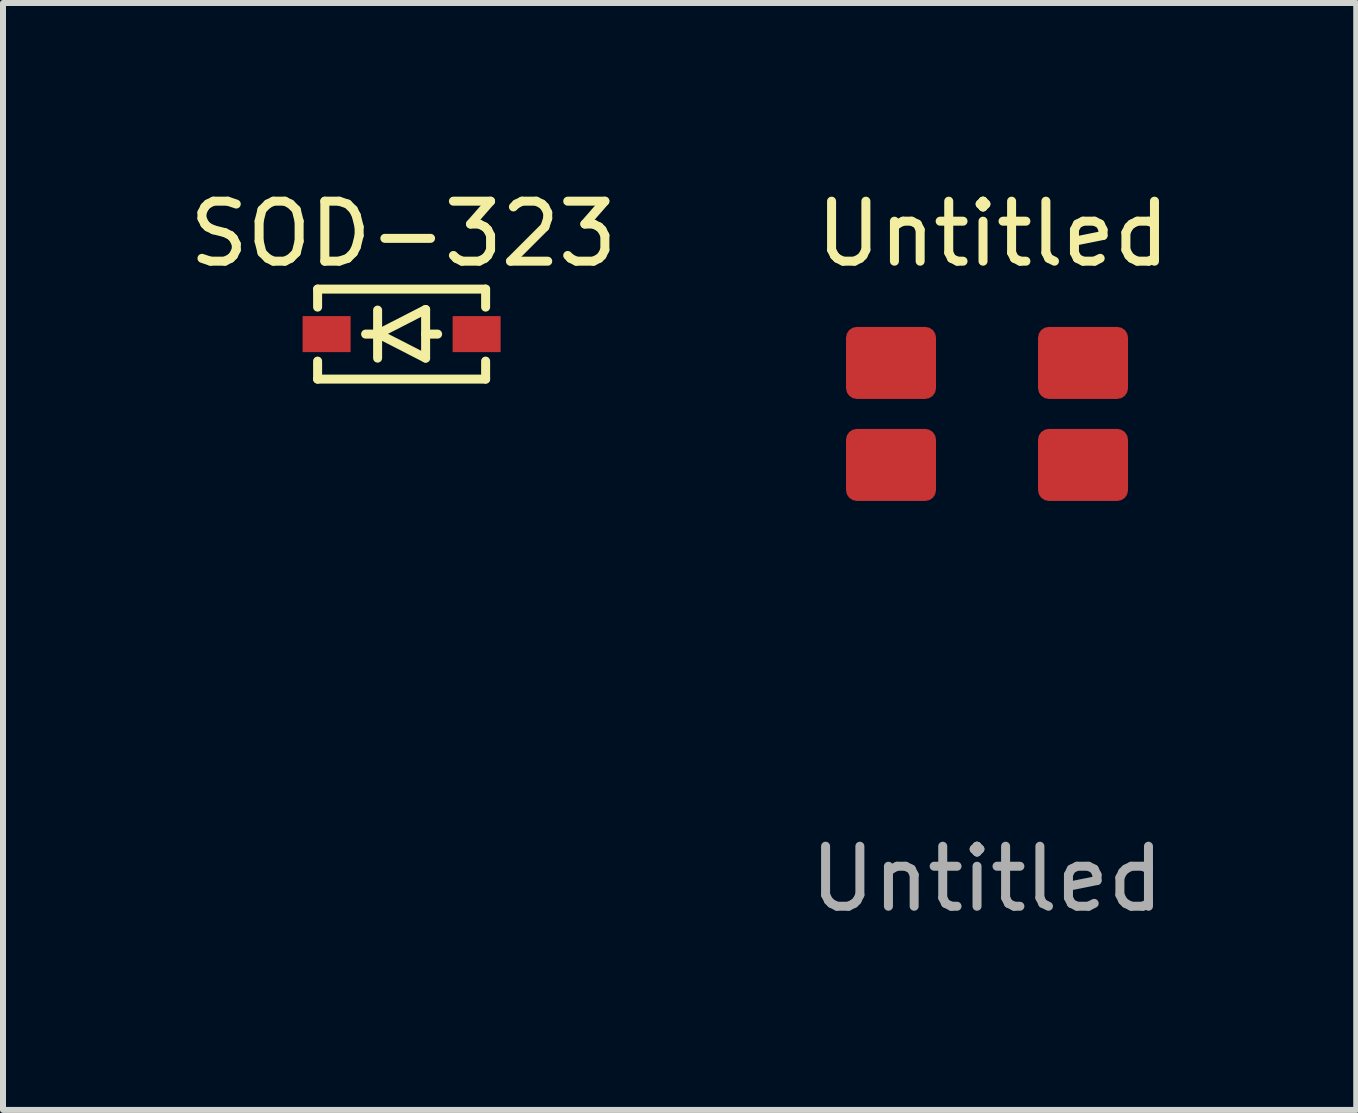
<source format=kicad_pcb>
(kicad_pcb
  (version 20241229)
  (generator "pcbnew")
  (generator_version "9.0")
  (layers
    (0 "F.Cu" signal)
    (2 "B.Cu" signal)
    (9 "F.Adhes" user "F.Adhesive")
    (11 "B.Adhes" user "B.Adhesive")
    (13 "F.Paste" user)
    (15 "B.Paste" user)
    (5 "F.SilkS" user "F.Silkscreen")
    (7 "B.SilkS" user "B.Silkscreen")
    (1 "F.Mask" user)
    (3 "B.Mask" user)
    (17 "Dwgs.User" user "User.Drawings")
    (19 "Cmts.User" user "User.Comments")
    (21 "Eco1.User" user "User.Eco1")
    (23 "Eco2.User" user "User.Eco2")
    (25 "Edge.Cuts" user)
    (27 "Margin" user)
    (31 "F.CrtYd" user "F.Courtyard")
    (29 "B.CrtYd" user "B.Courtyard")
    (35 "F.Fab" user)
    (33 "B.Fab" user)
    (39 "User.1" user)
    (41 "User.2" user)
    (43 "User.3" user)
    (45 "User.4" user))
  (footprint "Untitled"
    (layer "F.Cu")
    (at 13.399 3.848)
    (property "Reference" "Untitled" (at 0.1 -3 0) (unlocked yes) (layer "F.SilkS") (effects (font (size 1 1) (thickness 0.15))))
    (attr through_hole)
    (fp_text user "${REFERENCE}" (at 0 7.75 0) (unlocked yes) (layer "F.Fab") (effects (font (size 1 1) (thickness 0.15))))
    (pad "1" smd roundrect (at 1.6 0.85) (size 1.5 1.2) (layers "F.Cu" "F.Mask" "F.Paste") (roundrect_rratio 0.15))
    (pad "2" smd roundrect (at 1.6 -0.85) (size 1.5 1.2) (layers "F.Cu" "F.Mask" "F.Paste") (roundrect_rratio 0.15))
    (pad "3" smd roundrect (at -1.6 -0.85) (size 1.5 1.2) (layers "F.Cu" "F.Mask" "F.Paste") (roundrect_rratio 0.15))
    (pad "3" smd roundrect (at -1.6 0.85) (size 1.5 1.2) (layers "F.Cu" "F.Mask" "F.Paste") (roundrect_rratio 0.15)))
  (footprint "SOD-323"
    (layer "F.Cu")
    (at 3.643 2.518)
    (property "Reference" "SOD-323" (at 0.03 -1.67 0) (layer "F.SilkS") (effects (font (size 1 1) (thickness 0.15))))
    (attr through_hole)
    (fp_line (start -1.4 -0.75) (end 1.4 -0.75) (stroke (width 0.15) (type solid)) (layer "F.SilkS"))
    (fp_line (start -1.4 -0.45) (end -1.4 -0.75) (stroke (width 0.15) (type solid)) (layer "F.SilkS"))
    (fp_line (start -1.4 0.75) (end -1.4 0.45) (stroke (width 0.15) (type solid)) (layer "F.SilkS"))
    (fp_line (start -0.4 -0.4) (end -0.4 0.4) (stroke (width 0.15) (type solid)) (layer "F.SilkS"))
    (fp_line (start -0.4 0) (end -0.6 0) (stroke (width 0.15) (type solid)) (layer "F.SilkS"))
    (fp_line (start -0.4 0) (end 0.4 -0.41) (stroke (width 0.15) (type solid)) (layer "F.SilkS"))
    (fp_line (start 0.4 -0.41) (end 0.4 0.4) (stroke (width 0.15) (type solid)) (layer "F.SilkS"))
    (fp_line (start 0.4 0) (end 0.6 0) (stroke (width 0.15) (type solid)) (layer "F.SilkS"))
    (fp_line (start 0.4 0.4) (end -0.4 -0.01) (stroke (width 0.15) (type solid)) (layer "F.SilkS"))
    (fp_line (start 1.4 -0.75) (end 1.4 -0.45) (stroke (width 0.15) (type solid)) (layer "F.SilkS"))
    (fp_line (start 1.4 0.45) (end 1.4 0.75) (stroke (width 0.15) (type solid)) (layer "F.SilkS"))
    (fp_line (start 1.4 0.75) (end -1.4 0.75) (stroke (width 0.15) (type solid)) (layer "F.SilkS"))
    (pad "1" smd rect (at -1.25 0) (size 0.8 0.6) (layers "F.Cu" "F.Mask" "F.Paste"))
    (pad "2" smd rect (at 1.25 0) (size 0.8 0.6) (layers "F.Cu" "F.Mask" "F.Paste")))
  (gr_rect
    (start -3 -3)
    (end 19.552 15.447)
    (stroke (width 0.1) (type default))
    (fill no)
    (layer "Edge.Cuts")))
</source>
